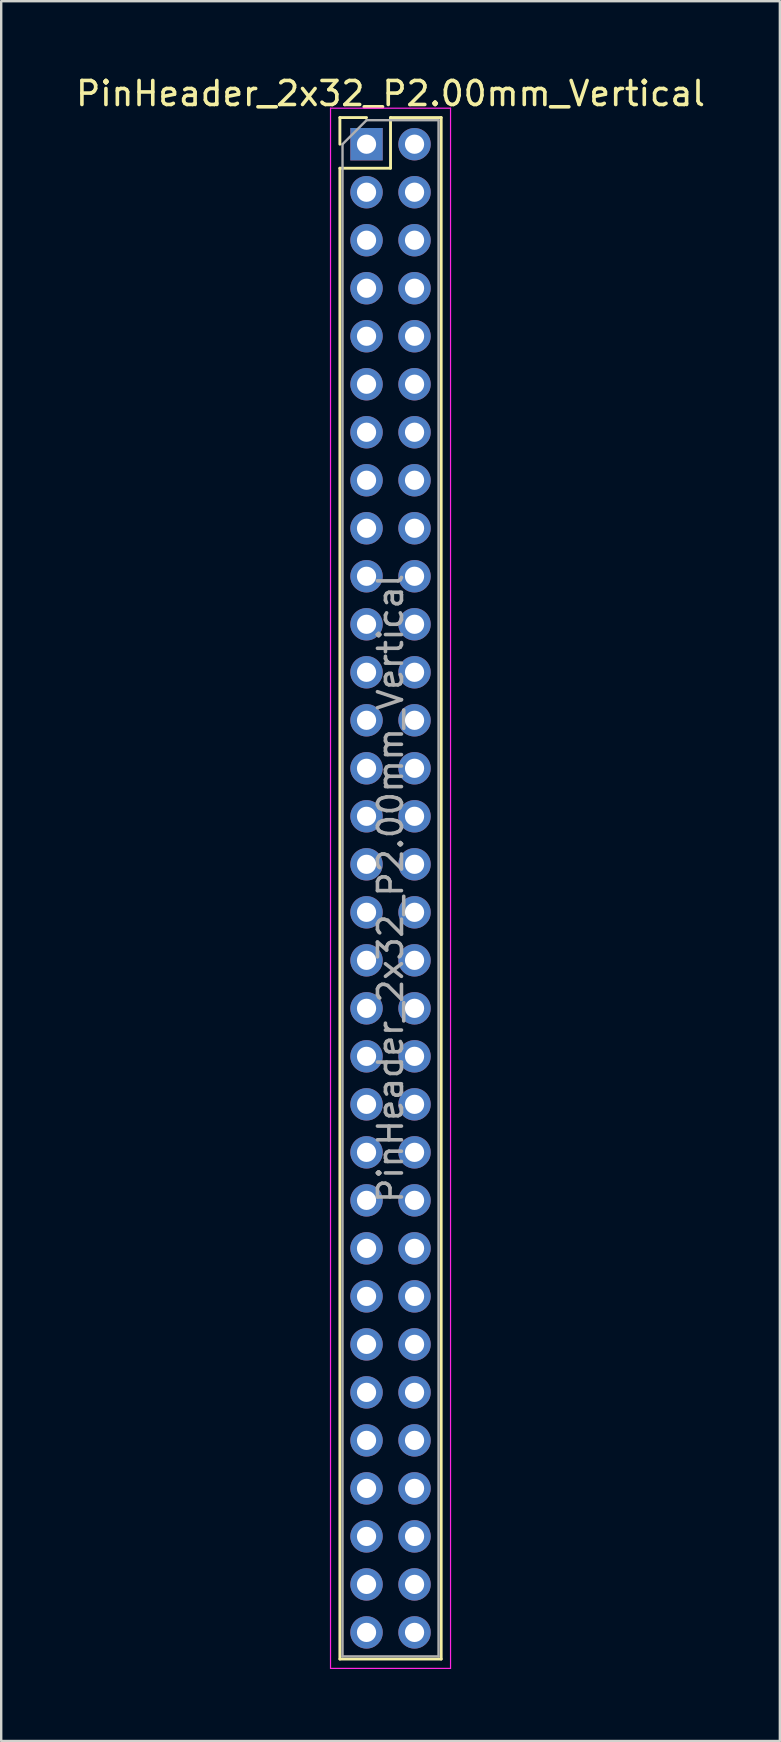
<source format=kicad_pcb>
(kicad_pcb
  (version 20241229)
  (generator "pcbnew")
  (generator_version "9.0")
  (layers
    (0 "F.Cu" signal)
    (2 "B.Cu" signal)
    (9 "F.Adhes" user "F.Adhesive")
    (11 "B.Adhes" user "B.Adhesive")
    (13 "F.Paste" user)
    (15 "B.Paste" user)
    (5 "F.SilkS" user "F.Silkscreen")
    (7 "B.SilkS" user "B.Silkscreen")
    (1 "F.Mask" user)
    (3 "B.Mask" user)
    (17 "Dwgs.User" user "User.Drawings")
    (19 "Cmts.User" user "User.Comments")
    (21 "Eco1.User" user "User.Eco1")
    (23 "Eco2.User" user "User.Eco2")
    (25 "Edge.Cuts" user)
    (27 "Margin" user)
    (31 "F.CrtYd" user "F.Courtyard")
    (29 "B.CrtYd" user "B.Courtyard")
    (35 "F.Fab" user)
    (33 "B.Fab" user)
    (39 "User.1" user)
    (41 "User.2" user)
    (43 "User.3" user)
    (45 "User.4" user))
  (footprint "PinHeader_2x32_P2.00mm_Vertical"
    (layer "F.Cu")
    (at 12.22 2.958)
    (property "Reference" "PinHeader_2x32_P2.00mm_Vertical" (at 1 -2.11 0) (layer "F.SilkS") (effects (font (size 1 1) (thickness 0.15))))
    (attr through_hole)
    (fp_line (start -1.11 -1.11) (end 0 -1.11) (stroke (width 0.12) (type solid)) (layer "F.SilkS"))
    (fp_line (start -1.11 0) (end -1.11 -1.11) (stroke (width 0.12) (type solid)) (layer "F.SilkS"))
    (fp_line (start -1.11 1) (end -1.11 63.11) (stroke (width 0.12) (type solid)) (layer "F.SilkS"))
    (fp_line (start -1.11 1) (end 1 1) (stroke (width 0.12) (type solid)) (layer "F.SilkS"))
    (fp_line (start -1.11 63.11) (end 3.11 63.11) (stroke (width 0.12) (type solid)) (layer "F.SilkS"))
    (fp_line (start 1 -1.11) (end 3.11 -1.11) (stroke (width 0.12) (type solid)) (layer "F.SilkS"))
    (fp_line (start 1 1) (end 1 -1.11) (stroke (width 0.12) (type solid)) (layer "F.SilkS"))
    (fp_line (start 3.11 -1.11) (end 3.11 63.11) (stroke (width 0.12) (type solid)) (layer "F.SilkS"))
    (fp_line (start -1.5 -1.5) (end -1.5 63.5) (stroke (width 0.05) (type solid)) (layer "F.CrtYd"))
    (fp_line (start -1.5 63.5) (end 3.5 63.5) (stroke (width 0.05) (type solid)) (layer "F.CrtYd"))
    (fp_line (start 3.5 -1.5) (end -1.5 -1.5) (stroke (width 0.05) (type solid)) (layer "F.CrtYd"))
    (fp_line (start 3.5 63.5) (end 3.5 -1.5) (stroke (width 0.05) (type solid)) (layer "F.CrtYd"))
    (fp_line (start -1 0) (end 0 -1) (stroke (width 0.1) (type solid)) (layer "F.Fab"))
    (fp_line (start -1 63) (end -1 0) (stroke (width 0.1) (type solid)) (layer "F.Fab"))
    (fp_line (start 0 -1) (end 3 -1) (stroke (width 0.1) (type solid)) (layer "F.Fab"))
    (fp_line (start 3 -1) (end 3 63) (stroke (width 0.1) (type solid)) (layer "F.Fab"))
    (fp_line (start 3 63) (end -1 63) (stroke (width 0.1) (type solid)) (layer "F.Fab"))
    (fp_text user "${REFERENCE}" (at 1 31 90) (layer "F.Fab") (effects (font (size 1 1) (thickness 0.15))))
    (pad "1" thru_hole rect (at 0 0) (size 1.35 1.35) (drill 0.8) (layers "*.Cu" "*.Mask"))
    (pad "2" thru_hole circle (at 2 0) (size 1.35 1.35) (drill 0.8) (layers "*.Cu" "*.Mask"))
    (pad "3" thru_hole circle (at 0 2) (size 1.35 1.35) (drill 0.8) (layers "*.Cu" "*.Mask"))
    (pad "4" thru_hole circle (at 2 2) (size 1.35 1.35) (drill 0.8) (layers "*.Cu" "*.Mask"))
    (pad "5" thru_hole circle (at 0 4) (size 1.35 1.35) (drill 0.8) (layers "*.Cu" "*.Mask"))
    (pad "6" thru_hole circle (at 2 4) (size 1.35 1.35) (drill 0.8) (layers "*.Cu" "*.Mask"))
    (pad "7" thru_hole circle (at 0 6) (size 1.35 1.35) (drill 0.8) (layers "*.Cu" "*.Mask"))
    (pad "8" thru_hole circle (at 2 6) (size 1.35 1.35) (drill 0.8) (layers "*.Cu" "*.Mask"))
    (pad "9" thru_hole circle (at 0 8) (size 1.35 1.35) (drill 0.8) (layers "*.Cu" "*.Mask"))
    (pad "10" thru_hole circle (at 2 8) (size 1.35 1.35) (drill 0.8) (layers "*.Cu" "*.Mask"))
    (pad "11" thru_hole circle (at 0 10) (size 1.35 1.35) (drill 0.8) (layers "*.Cu" "*.Mask"))
    (pad "12" thru_hole circle (at 2 10) (size 1.35 1.35) (drill 0.8) (layers "*.Cu" "*.Mask"))
    (pad "13" thru_hole circle (at 0 12) (size 1.35 1.35) (drill 0.8) (layers "*.Cu" "*.Mask"))
    (pad "14" thru_hole circle (at 2 12) (size 1.35 1.35) (drill 0.8) (layers "*.Cu" "*.Mask"))
    (pad "15" thru_hole circle (at 0 14) (size 1.35 1.35) (drill 0.8) (layers "*.Cu" "*.Mask"))
    (pad "16" thru_hole circle (at 2 14) (size 1.35 1.35) (drill 0.8) (layers "*.Cu" "*.Mask"))
    (pad "17" thru_hole circle (at 0 16) (size 1.35 1.35) (drill 0.8) (layers "*.Cu" "*.Mask"))
    (pad "18" thru_hole circle (at 2 16) (size 1.35 1.35) (drill 0.8) (layers "*.Cu" "*.Mask"))
    (pad "19" thru_hole circle (at 0 18) (size 1.35 1.35) (drill 0.8) (layers "*.Cu" "*.Mask"))
    (pad "20" thru_hole circle (at 2 18) (size 1.35 1.35) (drill 0.8) (layers "*.Cu" "*.Mask"))
    (pad "21" thru_hole circle (at 0 20) (size 1.35 1.35) (drill 0.8) (layers "*.Cu" "*.Mask"))
    (pad "22" thru_hole circle (at 2 20) (size 1.35 1.35) (drill 0.8) (layers "*.Cu" "*.Mask"))
    (pad "23" thru_hole circle (at 0 22) (size 1.35 1.35) (drill 0.8) (layers "*.Cu" "*.Mask"))
    (pad "24" thru_hole circle (at 2 22) (size 1.35 1.35) (drill 0.8) (layers "*.Cu" "*.Mask"))
    (pad "25" thru_hole circle (at 0 24) (size 1.35 1.35) (drill 0.8) (layers "*.Cu" "*.Mask"))
    (pad "26" thru_hole circle (at 2 24) (size 1.35 1.35) (drill 0.8) (layers "*.Cu" "*.Mask"))
    (pad "27" thru_hole circle (at 0 26) (size 1.35 1.35) (drill 0.8) (layers "*.Cu" "*.Mask"))
    (pad "28" thru_hole circle (at 2 26) (size 1.35 1.35) (drill 0.8) (layers "*.Cu" "*.Mask"))
    (pad "29" thru_hole circle (at 0 28) (size 1.35 1.35) (drill 0.8) (layers "*.Cu" "*.Mask"))
    (pad "30" thru_hole circle (at 2 28) (size 1.35 1.35) (drill 0.8) (layers "*.Cu" "*.Mask"))
    (pad "31" thru_hole circle (at 0 30) (size 1.35 1.35) (drill 0.8) (layers "*.Cu" "*.Mask"))
    (pad "32" thru_hole circle (at 2 30) (size 1.35 1.35) (drill 0.8) (layers "*.Cu" "*.Mask"))
    (pad "33" thru_hole circle (at 0 32) (size 1.35 1.35) (drill 0.8) (layers "*.Cu" "*.Mask"))
    (pad "34" thru_hole circle (at 2 32) (size 1.35 1.35) (drill 0.8) (layers "*.Cu" "*.Mask"))
    (pad "35" thru_hole circle (at 0 34) (size 1.35 1.35) (drill 0.8) (layers "*.Cu" "*.Mask"))
    (pad "36" thru_hole circle (at 2 34) (size 1.35 1.35) (drill 0.8) (layers "*.Cu" "*.Mask"))
    (pad "37" thru_hole circle (at 0 36) (size 1.35 1.35) (drill 0.8) (layers "*.Cu" "*.Mask"))
    (pad "38" thru_hole circle (at 2 36) (size 1.35 1.35) (drill 0.8) (layers "*.Cu" "*.Mask"))
    (pad "39" thru_hole circle (at 0 38) (size 1.35 1.35) (drill 0.8) (layers "*.Cu" "*.Mask"))
    (pad "40" thru_hole circle (at 2 38) (size 1.35 1.35) (drill 0.8) (layers "*.Cu" "*.Mask"))
    (pad "41" thru_hole circle (at 0 40) (size 1.35 1.35) (drill 0.8) (layers "*.Cu" "*.Mask"))
    (pad "42" thru_hole circle (at 2 40) (size 1.35 1.35) (drill 0.8) (layers "*.Cu" "*.Mask"))
    (pad "43" thru_hole circle (at 0 42) (size 1.35 1.35) (drill 0.8) (layers "*.Cu" "*.Mask"))
    (pad "44" thru_hole circle (at 2 42) (size 1.35 1.35) (drill 0.8) (layers "*.Cu" "*.Mask"))
    (pad "45" thru_hole circle (at 0 44) (size 1.35 1.35) (drill 0.8) (layers "*.Cu" "*.Mask"))
    (pad "46" thru_hole circle (at 2 44) (size 1.35 1.35) (drill 0.8) (layers "*.Cu" "*.Mask"))
    (pad "47" thru_hole circle (at 0 46) (size 1.35 1.35) (drill 0.8) (layers "*.Cu" "*.Mask"))
    (pad "48" thru_hole circle (at 2 46) (size 1.35 1.35) (drill 0.8) (layers "*.Cu" "*.Mask"))
    (pad "49" thru_hole circle (at 0 48) (size 1.35 1.35) (drill 0.8) (layers "*.Cu" "*.Mask"))
    (pad "50" thru_hole circle (at 2 48) (size 1.35 1.35) (drill 0.8) (layers "*.Cu" "*.Mask"))
    (pad "51" thru_hole circle (at 0 50) (size 1.35 1.35) (drill 0.8) (layers "*.Cu" "*.Mask"))
    (pad "52" thru_hole circle (at 2 50) (size 1.35 1.35) (drill 0.8) (layers "*.Cu" "*.Mask"))
    (pad "53" thru_hole circle (at 0 52) (size 1.35 1.35) (drill 0.8) (layers "*.Cu" "*.Mask"))
    (pad "54" thru_hole circle (at 2 52) (size 1.35 1.35) (drill 0.8) (layers "*.Cu" "*.Mask"))
    (pad "55" thru_hole circle (at 0 54) (size 1.35 1.35) (drill 0.8) (layers "*.Cu" "*.Mask"))
    (pad "56" thru_hole circle (at 2 54) (size 1.35 1.35) (drill 0.8) (layers "*.Cu" "*.Mask"))
    (pad "57" thru_hole circle (at 0 56) (size 1.35 1.35) (drill 0.8) (layers "*.Cu" "*.Mask"))
    (pad "58" thru_hole circle (at 2 56) (size 1.35 1.35) (drill 0.8) (layers "*.Cu" "*.Mask"))
    (pad "59" thru_hole circle (at 0 58) (size 1.35 1.35) (drill 0.8) (layers "*.Cu" "*.Mask"))
    (pad "60" thru_hole circle (at 2 58) (size 1.35 1.35) (drill 0.8) (layers "*.Cu" "*.Mask"))
    (pad "61" thru_hole circle (at 0 60) (size 1.35 1.35) (drill 0.8) (layers "*.Cu" "*.Mask"))
    (pad "62" thru_hole circle (at 2 60) (size 1.35 1.35) (drill 0.8) (layers "*.Cu" "*.Mask"))
    (pad "63" thru_hole circle (at 0 62) (size 1.35 1.35) (drill 0.8) (layers "*.Cu" "*.Mask"))
    (pad "64" thru_hole circle (at 2 62) (size 1.35 1.35) (drill 0.8) (layers "*.Cu" "*.Mask")))
  (gr_rect
    (start -3 -3)
    (end 29.44 69.483)
    (stroke (width 0.1) (type default))
    (fill no)
    (layer "Edge.Cuts")))
</source>
